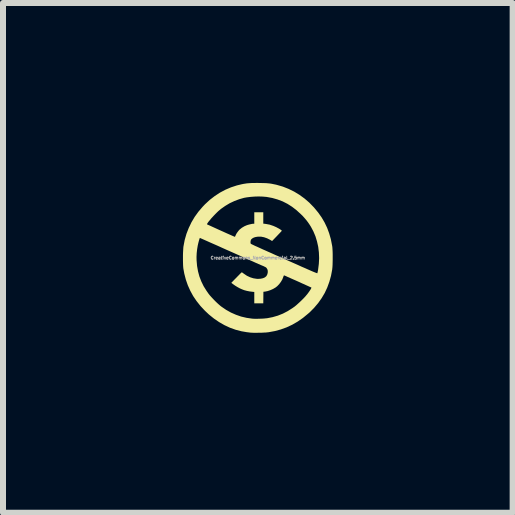
<source format=kicad_pcb>
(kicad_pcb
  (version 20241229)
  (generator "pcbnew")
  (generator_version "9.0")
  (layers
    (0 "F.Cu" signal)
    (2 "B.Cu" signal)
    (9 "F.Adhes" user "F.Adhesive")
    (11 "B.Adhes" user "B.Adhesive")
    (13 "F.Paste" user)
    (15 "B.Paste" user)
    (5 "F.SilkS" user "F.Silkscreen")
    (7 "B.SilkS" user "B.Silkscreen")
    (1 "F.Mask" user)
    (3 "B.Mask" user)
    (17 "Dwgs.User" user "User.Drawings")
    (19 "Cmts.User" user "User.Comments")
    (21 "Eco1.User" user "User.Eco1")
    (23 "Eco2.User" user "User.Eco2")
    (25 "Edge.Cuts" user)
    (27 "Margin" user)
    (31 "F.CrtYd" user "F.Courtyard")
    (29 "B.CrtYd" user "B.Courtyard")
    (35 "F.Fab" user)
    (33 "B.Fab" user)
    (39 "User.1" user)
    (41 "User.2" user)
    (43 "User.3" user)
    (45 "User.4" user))
  (footprint "CreativeCommons_NonCommercial_2.5mm"
    (layer "F.Cu")
    (at 1.248 1.248)
    (property "Reference" "CreativeCommons_NonCommercial_2.5mm" (at 0 0 0) (layer "F.Fab") (effects (font (size 0.05 0.05) (thickness 0.013))))
    (attr board_only exclude_from_pos_files exclude_from_bom)
    (fp_poly (pts (xy 0.055 -1.247) (xy 0.099 -1.246) (xy 0.137 -1.245) (xy 0.171 -1.242) (xy 0.202 -1.239) (xy 0.233 -1.234) (xy 0.266 -1.227) (xy 0.301 -1.22) (xy 0.317 -1.216) (xy 0.417 -1.187) (xy 0.513 -1.149) (xy 0.605 -1.104) (xy 0.694 -1.05) (xy 0.778 -0.989) (xy 0.858 -0.92) (xy 0.932 -0.844) (xy 0.94 -0.835) (xy 1.006 -0.755) (xy 1.064 -0.673) (xy 1.113 -0.589) (xy 1.155 -0.501) (xy 1.189 -0.409) (xy 1.217 -0.312) (xy 1.237 -0.21) (xy 1.24 -0.195) (xy 1.243 -0.17) (xy 1.245 -0.137) (xy 1.247 -0.099) (xy 1.248 -0.057) (xy 1.248 -0.012) (xy 1.248 0.033) (xy 1.247 0.076) (xy 1.246 0.117) (xy 1.244 0.153) (xy 1.241 0.182) (xy 1.24 0.194) (xy 1.22 0.3) (xy 1.192 0.4) (xy 1.157 0.496) (xy 1.115 0.586) (xy 1.064 0.672) (xy 1.006 0.754) (xy 0.939 0.833) (xy 0.865 0.908) (xy 0.837 0.932) (xy 0.752 1.002) (xy 0.664 1.063) (xy 0.574 1.115) (xy 0.48 1.159) (xy 0.383 1.194) (xy 0.283 1.221) (xy 0.18 1.24) (xy 0.152 1.243) (xy 0.133 1.245) (xy 0.107 1.246) (xy 0.076 1.248) (xy 0.043 1.249) (xy 0.009 1.249) (xy -0.025 1.25) (xy -0.057 1.25) (xy -0.085 1.249) (xy -0.107 1.248) (xy -0.122 1.247) (xy -0.123 1.247) (xy -0.132 1.246) (xy -0.148 1.244) (xy -0.167 1.241) (xy -0.175 1.241) (xy -0.274 1.224) (xy -0.37 1.199) (xy -0.465 1.165) (xy -0.557 1.122) (xy -0.646 1.071) (xy -0.732 1.012) (xy -0.815 0.945) (xy -0.882 0.882) (xy -0.956 0.803) (xy -1.021 0.721) (xy -1.078 0.637) (xy -1.126 0.549) (xy -1.167 0.458) (xy -1.2 0.363) (xy -1.226 0.263) (xy -1.242 0.175) (xy -1.244 0.152) (xy -1.246 0.122) (xy -1.247 0.086) (xy -1.248 0.046) (xy -1.248 0.004) (xy -1.248 -0.014) (xy -1.022 -0.014) (xy -1.021 0.04) (xy -1.013 0.135) (xy -0.997 0.225) (xy -0.974 0.311) (xy -0.942 0.394) (xy -0.903 0.474) (xy -0.854 0.552) (xy -0.819 0.602) (xy -0.798 0.628) (xy -0.772 0.657) (xy -0.742 0.689) (xy -0.711 0.721) (xy -0.679 0.752) (xy -0.648 0.78) (xy -0.621 0.803) (xy -0.608 0.813) (xy -0.529 0.867) (xy -0.449 0.912) (xy -0.365 0.949) (xy -0.279 0.979) (xy -0.189 1) (xy -0.094 1.014) (xy -0.077 1.015) (xy -0.057 1.016) (xy -0.03 1.017) (xy 0.001 1.016) (xy 0.036 1.015) (xy 0.07 1.014) (xy 0.103 1.012) (xy 0.132 1.009) (xy 0.154 1.007) (xy 0.155 1.007) (xy 0.246 0.989) (xy 0.333 0.964) (xy 0.418 0.93) (xy 0.499 0.888) (xy 0.579 0.837) (xy 0.613 0.813) (xy 0.639 0.792) (xy 0.669 0.765) (xy 0.702 0.735) (xy 0.734 0.704) (xy 0.766 0.672) (xy 0.794 0.642) (xy 0.816 0.615) (xy 0.818 0.614) (xy 0.836 0.59) (xy 0.853 0.567) (xy 0.868 0.545) (xy 0.88 0.526) (xy 0.888 0.511) (xy 0.893 0.5) (xy 0.893 0.496) (xy 0.888 0.493) (xy 0.876 0.488) (xy 0.858 0.48) (xy 0.834 0.469) (xy 0.805 0.456) (xy 0.773 0.441) (xy 0.738 0.426) (xy 0.702 0.409) (xy 0.664 0.392) (xy 0.626 0.375) (xy 0.589 0.359) (xy 0.555 0.344) (xy 0.523 0.329) (xy 0.494 0.317) (xy 0.471 0.306) (xy 0.452 0.298) (xy 0.441 0.294) (xy 0.438 0.292) (xy 0.434 0.295) (xy 0.429 0.306) (xy 0.425 0.317) (xy 0.409 0.359) (xy 0.385 0.4) (xy 0.356 0.439) (xy 0.323 0.473) (xy 0.295 0.495) (xy 0.254 0.519) (xy 0.209 0.539) (xy 0.164 0.554) (xy 0.121 0.563) (xy 0.12 0.563) (xy 0.093 0.566) (xy 0.092 0.663) (xy 0.091 0.759) (xy -0.059 0.759) (xy -0.059 0.569) (xy -0.09 0.566) (xy -0.137 0.56) (xy -0.183 0.551) (xy -0.224 0.54) (xy -0.23 0.538) (xy -0.264 0.525) (xy -0.302 0.508) (xy -0.34 0.487) (xy -0.376 0.465) (xy -0.402 0.447) (xy -0.442 0.417) (xy -0.413 0.387) (xy -0.385 0.358) (xy -0.358 0.331) (xy -0.334 0.306) (xy -0.312 0.284) (xy -0.294 0.265) (xy -0.28 0.252) (xy -0.27 0.243) (xy -0.267 0.241) (xy -0.262 0.244) (xy -0.251 0.251) (xy -0.238 0.261) (xy -0.231 0.266) (xy -0.182 0.299) (xy -0.129 0.324) (xy -0.075 0.341) (xy -0.019 0.35) (xy 0.005 0.351) (xy 0.049 0.348) (xy 0.086 0.34) (xy 0.116 0.327) (xy 0.14 0.308) (xy 0.155 0.284) (xy 0.164 0.254) (xy 0.166 0.234) (xy 0.165 0.215) (xy 0.163 0.202) (xy 0.158 0.19) (xy 0.152 0.18) (xy 0.147 0.172) (xy 0.143 0.166) (xy 0.136 0.161) (xy 0.128 0.155) (xy 0.115 0.149) (xy 0.098 0.14) (xy 0.074 0.13) (xy 0.052 0.121) (xy 0.037 0.114) (xy 0.022 0.107) (xy 0.006 0.101) (xy -0.01 0.093) (xy -0.028 0.086) (xy -0.048 0.077) (xy -0.07 0.067) (xy -0.094 0.056) (xy -0.122 0.044) (xy -0.154 0.03) (xy -0.191 0.013) (xy -0.232 -0.005) (xy -0.278 -0.026) (xy -0.33 -0.049) (xy -0.388 -0.075) (xy -0.453 -0.104) (xy -0.526 -0.136) (xy -0.606 -0.172) (xy -0.619 -0.178) (xy -0.672 -0.202) (xy -0.722 -0.224) (xy -0.77 -0.245) (xy -0.813 -0.264) (xy -0.853 -0.282) (xy -0.887 -0.297) (xy -0.916 -0.31) (xy -0.939 -0.32) (xy -0.955 -0.327) (xy -0.964 -0.331) (xy -0.966 -0.332) (xy -0.968 -0.328) (xy -0.973 -0.316) (xy -0.978 -0.299) (xy -0.984 -0.278) (xy -0.99 -0.255) (xy -0.996 -0.23) (xy -1.001 -0.207) (xy -1.002 -0.203) (xy -1.012 -0.142) (xy -1.019 -0.078) (xy -1.022 -0.014) (xy -1.248 -0.014) (xy -1.248 -0.039) (xy -1.247 -0.08) (xy -1.245 -0.119) (xy -1.243 -0.153) (xy -1.241 -0.181) (xy -1.239 -0.193) (xy -1.219 -0.298) (xy -1.19 -0.399) (xy -1.152 -0.497) (xy -1.12 -0.563) (xy -0.847 -0.563) (xy -0.847 -0.559) (xy -0.842 -0.556) (xy -0.83 -0.55) (xy -0.811 -0.542) (xy -0.787 -0.531) (xy -0.759 -0.518) (xy -0.726 -0.503) (xy -0.691 -0.487) (xy -0.654 -0.47) (xy -0.616 -0.453) (xy -0.578 -0.436) (xy -0.541 -0.419) (xy -0.505 -0.403) (xy -0.473 -0.389) (xy -0.444 -0.376) (xy -0.419 -0.365) (xy -0.4 -0.357) (xy -0.388 -0.352) (xy -0.382 -0.35) (xy -0.382 -0.35) (xy -0.379 -0.354) (xy -0.375 -0.364) (xy -0.373 -0.368) (xy -0.366 -0.384) (xy -0.355 -0.405) (xy -0.34 -0.427) (xy -0.324 -0.448) (xy -0.309 -0.466) (xy -0.302 -0.472) (xy -0.266 -0.501) (xy -0.224 -0.526) (xy -0.192 -0.54) (xy -0.167 -0.549) (xy -0.141 -0.556) (xy -0.114 -0.562) (xy -0.091 -0.567) (xy -0.073 -0.568) (xy -0.059 -0.568) (xy -0.059 -0.759) (xy 0.091 -0.759) (xy 0.091 -0.57) (xy 0.133 -0.565) (xy 0.197 -0.553) (xy 0.259 -0.532) (xy 0.307 -0.511) (xy 0.331 -0.498) (xy 0.354 -0.486) (xy 0.373 -0.474) (xy 0.388 -0.463) (xy 0.398 -0.455) (xy 0.4 -0.451) (xy 0.397 -0.447) (xy 0.388 -0.437) (xy 0.375 -0.423) (xy 0.358 -0.405) (xy 0.338 -0.384) (xy 0.319 -0.364) (xy 0.238 -0.28) (xy 0.207 -0.299) (xy 0.155 -0.325) (xy 0.104 -0.343) (xy 0.053 -0.353) (xy 0.003 -0.353) (xy -0.036 -0.347) (xy -0.066 -0.338) (xy -0.09 -0.325) (xy -0.108 -0.31) (xy -0.115 -0.299) (xy -0.12 -0.283) (xy -0.122 -0.265) (xy -0.122 -0.248) (xy -0.118 -0.236) (xy -0.117 -0.235) (xy -0.116 -0.234) (xy -0.114 -0.233) (xy -0.11 -0.23) (xy -0.105 -0.228) (xy -0.097 -0.224) (xy -0.087 -0.219) (xy -0.074 -0.213) (xy -0.058 -0.205) (xy -0.039 -0.196) (xy -0.015 -0.186) (xy 0.013 -0.173) (xy 0.046 -0.158) (xy 0.083 -0.141) (xy 0.126 -0.122) (xy 0.175 -0.1) (xy 0.23 -0.076) (xy 0.291 -0.048) (xy 0.36 -0.018) (xy 0.435 0.016) (xy 0.518 0.053) (xy 0.602 0.09) (xy 0.672 0.121) (xy 0.733 0.149) (xy 0.787 0.172) (xy 0.834 0.193) (xy 0.873 0.21) (xy 0.907 0.225) (xy 0.934 0.236) (xy 0.956 0.245) (xy 0.972 0.251) (xy 0.983 0.255) (xy 0.99 0.257) (xy 0.992 0.257) (xy 0.994 0.25) (xy 0.997 0.237) (xy 1.001 0.218) (xy 1.005 0.197) (xy 1.017 0.101) (xy 1.022 0.005) (xy 1.018 -0.09) (xy 1.007 -0.182) (xy 0.987 -0.272) (xy 0.961 -0.358) (xy 0.926 -0.441) (xy 0.885 -0.518) (xy 0.865 -0.55) (xy 0.837 -0.591) (xy 0.809 -0.628) (xy 0.78 -0.662) (xy 0.748 -0.698) (xy 0.718 -0.727) (xy 0.646 -0.793) (xy 0.571 -0.851) (xy 0.494 -0.9) (xy 0.413 -0.941) (xy 0.328 -0.973) (xy 0.24 -0.998) (xy 0.147 -1.015) (xy 0.139 -1.016) (xy 0.079 -1.021) (xy 0.014 -1.023) (xy -0.053 -1.021) (xy -0.12 -1.016) (xy -0.184 -1.008) (xy -0.229 -1) (xy -0.31 -0.977) (xy -0.39 -0.947) (xy -0.469 -0.91) (xy -0.544 -0.865) (xy -0.614 -0.816) (xy -0.639 -0.795) (xy -0.661 -0.776) (xy -0.684 -0.754) (xy -0.708 -0.73) (xy -0.733 -0.704) (xy -0.757 -0.678) (xy -0.78 -0.653) (xy -0.8 -0.628) (xy -0.818 -0.607) (xy -0.832 -0.588) (xy -0.842 -0.573) (xy -0.847 -0.563) (xy -1.12 -0.563) (xy -1.107 -0.591) (xy -1.053 -0.682) (xy -0.991 -0.768) (xy -0.92 -0.851) (xy -0.88 -0.893) (xy -0.801 -0.966) (xy -0.718 -1.03) (xy -0.631 -1.087) (xy -0.541 -1.135) (xy -0.447 -1.175) (xy -0.349 -1.207) (xy -0.266 -1.227) (xy -0.236 -1.233) (xy -0.21 -1.237) (xy -0.185 -1.241) (xy -0.161 -1.243) (xy -0.134 -1.245) (xy -0.105 -1.247) (xy -0.071 -1.247) (xy -0.031 -1.248) (xy 0.005 -1.248)) (stroke (width 0) (type solid)) (fill yes) (layer "F.SilkS")))
  (gr_rect
    (start -3 -3)
    (end 5.496 5.497)
    (stroke (width 0.1) (type default))
    (fill no)
    (layer "Edge.Cuts")))
</source>
